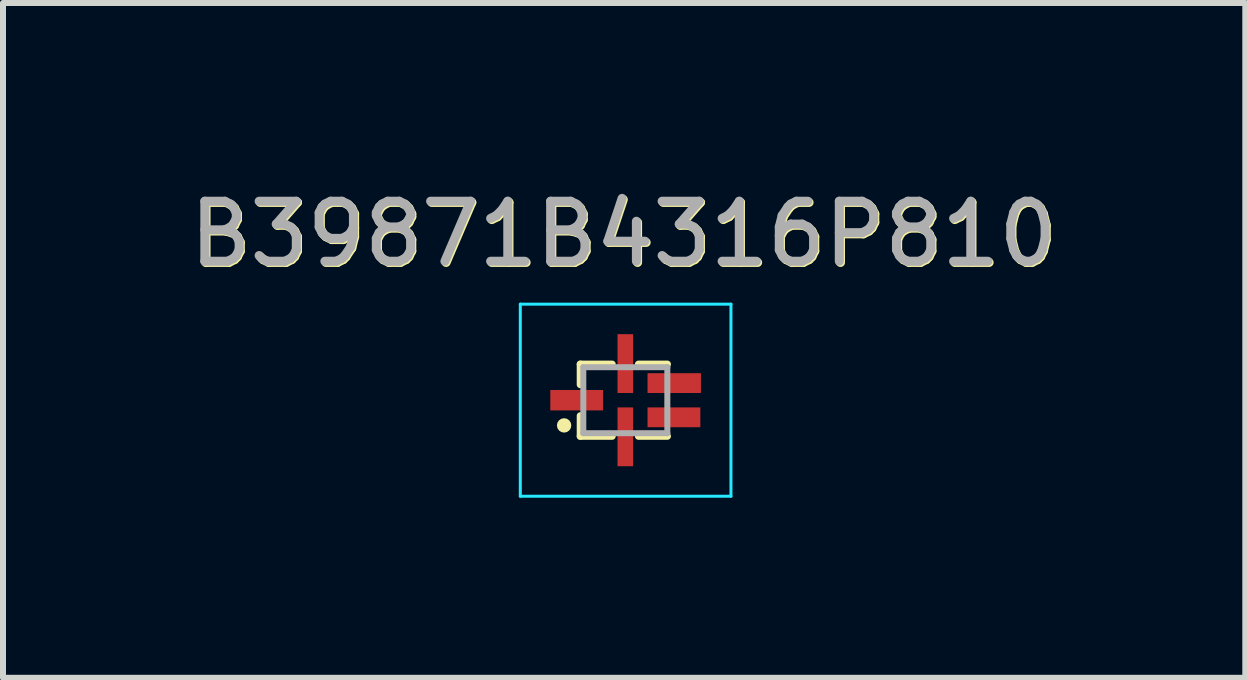
<source format=kicad_pcb>
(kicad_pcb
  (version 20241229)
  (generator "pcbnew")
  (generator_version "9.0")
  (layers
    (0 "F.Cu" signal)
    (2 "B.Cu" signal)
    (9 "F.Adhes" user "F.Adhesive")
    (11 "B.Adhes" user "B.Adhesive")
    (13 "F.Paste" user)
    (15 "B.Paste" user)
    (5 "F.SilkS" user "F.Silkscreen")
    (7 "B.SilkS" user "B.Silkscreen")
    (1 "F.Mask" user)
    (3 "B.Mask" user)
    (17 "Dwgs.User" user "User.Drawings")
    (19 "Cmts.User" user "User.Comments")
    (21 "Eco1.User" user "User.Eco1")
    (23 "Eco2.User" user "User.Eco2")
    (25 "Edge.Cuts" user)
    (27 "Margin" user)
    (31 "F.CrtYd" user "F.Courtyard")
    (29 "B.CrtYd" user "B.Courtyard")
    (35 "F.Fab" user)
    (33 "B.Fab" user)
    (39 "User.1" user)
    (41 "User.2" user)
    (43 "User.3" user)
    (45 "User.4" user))
  (footprint "B39871B4316P810"
    (layer "F.Cu")
    (at 7.369 3.618)
    (property "Reference" "B39871B4316P810" (at -0.01 -2.75 0) (unlocked yes) (layer "F.SilkS") (effects (font (size 1 1) (thickness 0.15))))
    (attr smd)
    (fp_line (start -0.75 -0.6) (end -0.75 -0.26) (stroke (width 0.12) (type solid)) (layer "F.SilkS"))
    (fp_line (start -0.75 0.6) (end -0.75 0.26) (stroke (width 0.12) (type solid)) (layer "F.SilkS"))
    (fp_line (start -0.22 -0.6) (end -0.75 -0.6) (stroke (width 0.12) (type solid)) (layer "F.SilkS"))
    (fp_line (start -0.22 0.6) (end -0.75 0.6) (stroke (width 0.12) (type solid)) (layer "F.SilkS"))
    (fp_line (start 0.7 -0.6) (end 0.22 -0.6) (stroke (width 0.12) (type solid)) (layer "F.SilkS"))
    (fp_line (start 0.7 0.6) (end 0.22 0.6) (stroke (width 0.12) (type solid)) (layer "F.SilkS"))
    (fp_circle (center -1.02 0.42) (end -0.96 0.42) (stroke (width 0.12) (type solid)) (fill no) (layer "F.SilkS"))
    (fp_line (start -1.75 -1.6) (end -1.75 1.6) (stroke (width 0.05) (type solid)) (layer "B.CrtYd"))
    (fp_line (start -1.75 -1.6) (end 1.76 -1.6) (stroke (width 0.05) (type solid)) (layer "B.CrtYd"))
    (fp_line (start -1.75 1.6) (end 1.76 1.6) (stroke (width 0.05) (type solid)) (layer "B.CrtYd"))
    (fp_line (start 1.76 -1.6) (end 1.76 1.6) (stroke (width 0.05) (type solid)) (layer "B.CrtYd"))
    (fp_line (start -0.7 -0.55) (end -0.7 0.55) (stroke (width 0.1) (type solid)) (layer "F.Fab"))
    (fp_line (start -0.7 -0.55) (end 0.7 -0.55) (stroke (width 0.1) (type solid)) (layer "F.Fab"))
    (fp_line (start -0.7 0.55) (end 0.7 0.55) (stroke (width 0.1) (type solid)) (layer "F.Fab"))
    (fp_line (start 0.7 0.55) (end 0.7 -0.55) (stroke (width 0.1) (type solid)) (layer "F.Fab"))
    (fp_text user "${REFERENCE}" (at -0.03 -2.77 0) (unlocked yes) (layer "F.Fab") (effects (font (size 1 1) (thickness 0.15))))
    (pad "1" smd rect (at -0.81 0) (size 0.88 0.34) (layers "F.Cu" "F.Mask" "F.Paste"))
    (pad "2" smd rect (at 0 0.61) (size 0.26 0.98) (layers "F.Cu" "F.Mask" "F.Paste"))
    (pad "3" smd rect (at 0.81 0.285) (size 0.88 0.33) (layers "F.Cu" "F.Mask" "F.Paste"))
    (pad "4" smd rect (at 0.815 -0.285) (size 0.89 0.33) (layers "F.Cu" "F.Mask" "F.Paste"))
    (pad "5" smd rect (at 0 -0.61) (size 0.26 0.98) (layers "F.Cu" "F.Mask" "F.Paste")))
  (gr_rect
    (start -3 -3)
    (end 17.699 8.243)
    (stroke (width 0.1) (type default))
    (fill no)
    (layer "Edge.Cuts")))
</source>
